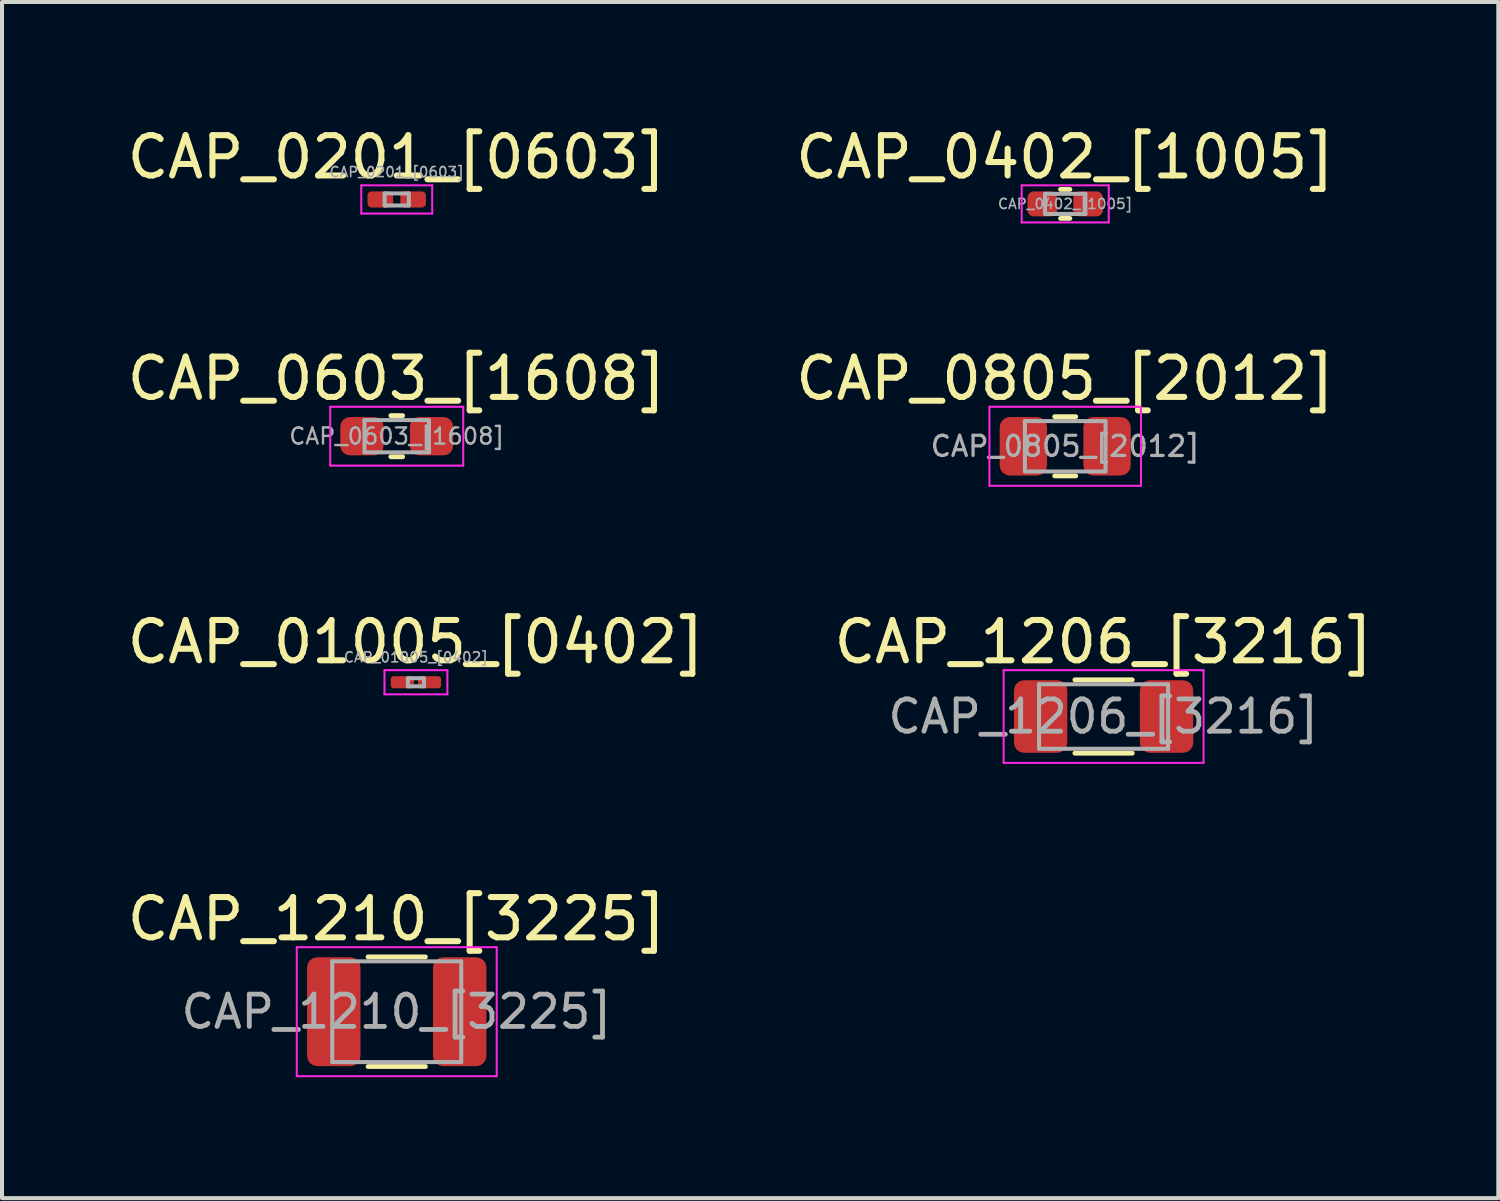
<source format=kicad_pcb>
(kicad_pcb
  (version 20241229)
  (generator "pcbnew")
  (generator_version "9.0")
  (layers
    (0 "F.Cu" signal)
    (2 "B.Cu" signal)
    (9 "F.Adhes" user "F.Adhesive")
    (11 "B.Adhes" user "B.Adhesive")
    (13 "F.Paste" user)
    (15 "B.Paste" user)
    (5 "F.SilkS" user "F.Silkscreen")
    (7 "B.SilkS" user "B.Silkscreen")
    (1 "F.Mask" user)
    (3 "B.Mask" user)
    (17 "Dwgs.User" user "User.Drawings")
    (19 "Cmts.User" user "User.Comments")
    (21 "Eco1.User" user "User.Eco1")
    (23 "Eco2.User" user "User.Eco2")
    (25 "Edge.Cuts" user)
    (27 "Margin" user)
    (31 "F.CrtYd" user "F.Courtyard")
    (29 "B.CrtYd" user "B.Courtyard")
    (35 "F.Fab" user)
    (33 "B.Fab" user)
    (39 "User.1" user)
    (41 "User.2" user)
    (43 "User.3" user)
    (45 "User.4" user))
  (footprint "CAP_0201_[0603]"
    (layer "F.Cu")
    (at 6.792 1.898)
    (property "Reference" "CAP_0201_[0603]" (at 0 -1.05 0) (layer "F.SilkS") (effects (font (size 1 1) (thickness 0.15))))
    (attr smd)
    (fp_line (start -0.88 -0.35) (end 0.88 -0.35) (stroke (width 0.05) (type solid)) (layer "F.CrtYd"))
    (fp_line (start -0.88 0.35) (end -0.88 -0.35) (stroke (width 0.05) (type solid)) (layer "F.CrtYd"))
    (fp_line (start 0.88 -0.35) (end 0.88 0.35) (stroke (width 0.05) (type solid)) (layer "F.CrtYd"))
    (fp_line (start 0.88 0.35) (end -0.88 0.35) (stroke (width 0.05) (type solid)) (layer "F.CrtYd"))
    (fp_line (start -0.3 -0.15) (end 0.3 -0.15) (stroke (width 0.1) (type solid)) (layer "F.Fab"))
    (fp_line (start -0.3 0.15) (end -0.3 -0.15) (stroke (width 0.1) (type solid)) (layer "F.Fab"))
    (fp_line (start 0.3 -0.15) (end 0.3 0.15) (stroke (width 0.1) (type solid)) (layer "F.Fab"))
    (fp_line (start 0.3 0.15) (end -0.3 0.15) (stroke (width 0.1) (type solid)) (layer "F.Fab"))
    (fp_text user "${REFERENCE}" (at 0 -0.68 0) (layer "F.Fab") (effects (font (size 0.25 0.25) (thickness 0.04))))
    (pad "" smd roundrect (at -0.432 0) (size 0.458 0.36) (layers "F.Paste") (roundrect_rratio 0.25))
    (pad "" smd roundrect (at 0.432 0) (size 0.458 0.36) (layers "F.Paste") (roundrect_rratio 0.25))
    (pad "1" smd roundrect (at -0.407 0) (size 0.635 0.4) (layers "F.Cu" "F.Mask") (roundrect_rratio 0.25))
    (pad "2" smd roundrect (at 0.407 0) (size 0.635 0.4) (layers "F.Cu" "F.Mask") (roundrect_rratio 0.25)))
  (footprint "CAP_01005_[0402]"
    (layer "F.Cu")
    (at 7.268 13.875)
    (property "Reference" "CAP_01005_[0402]" (at 0 -1 0) (layer "F.SilkS") (effects (font (size 1 1) (thickness 0.15))))
    (attr smd)
    (fp_line (start -0.78 -0.3) (end 0.78 -0.3) (stroke (width 0.05) (type solid)) (layer "F.CrtYd"))
    (fp_line (start -0.78 0.3) (end -0.78 -0.3) (stroke (width 0.05) (type solid)) (layer "F.CrtYd"))
    (fp_line (start 0.78 -0.3) (end 0.78 0.3) (stroke (width 0.05) (type solid)) (layer "F.CrtYd"))
    (fp_line (start 0.78 0.3) (end -0.78 0.3) (stroke (width 0.05) (type solid)) (layer "F.CrtYd"))
    (fp_line (start -0.2 -0.1) (end 0.2 -0.1) (stroke (width 0.1) (type solid)) (layer "F.Fab"))
    (fp_line (start -0.2 0.1) (end -0.2 -0.1) (stroke (width 0.1) (type solid)) (layer "F.Fab"))
    (fp_line (start 0.2 -0.1) (end 0.2 0.1) (stroke (width 0.1) (type solid)) (layer "F.Fab"))
    (fp_line (start 0.2 0.1) (end -0.2 0.1) (stroke (width 0.1) (type solid)) (layer "F.Fab"))
    (fp_text user "${REFERENCE}" (at 0 -0.62 0) (layer "F.Fab") (effects (font (size 0.25 0.25) (thickness 0.04))))
    (pad "" smd roundrect (at -0.362 0) (size 0.41 0.27) (layers "F.Paste") (roundrect_rratio 0.25))
    (pad "" smd roundrect (at 0.362 0) (size 0.41 0.27) (layers "F.Paste") (roundrect_rratio 0.25))
    (pad "1" smd roundrect (at -0.338 0) (size 0.575 0.3) (layers "F.Cu" "F.Mask") (roundrect_rratio 0.25))
    (pad "2" smd roundrect (at 0.338 0) (size 0.575 0.3) (layers "F.Cu" "F.Mask") (roundrect_rratio 0.25)))
  (footprint "CAP_0402_[1005]"
    (layer "F.Cu")
    (at 23.375 2.008)
    (property "Reference" "CAP_0402_[1005]" (at 0 -1.16 0) (layer "F.SilkS") (effects (font (size 1 1) (thickness 0.15))))
    (attr smd)
    (fp_line (start -0.116 -0.36) (end 0.116 -0.36) (stroke (width 0.12) (type solid)) (layer "F.SilkS"))
    (fp_line (start -0.116 0.36) (end 0.116 0.36) (stroke (width 0.12) (type solid)) (layer "F.SilkS"))
    (fp_line (start -1.08 -0.46) (end 1.08 -0.46) (stroke (width 0.05) (type solid)) (layer "F.CrtYd"))
    (fp_line (start -1.08 0.46) (end -1.08 -0.46) (stroke (width 0.05) (type solid)) (layer "F.CrtYd"))
    (fp_line (start 1.08 -0.46) (end 1.08 0.46) (stroke (width 0.05) (type solid)) (layer "F.CrtYd"))
    (fp_line (start 1.08 0.46) (end -1.08 0.46) (stroke (width 0.05) (type solid)) (layer "F.CrtYd"))
    (fp_line (start -0.5 -0.25) (end 0.5 -0.25) (stroke (width 0.1) (type solid)) (layer "F.Fab"))
    (fp_line (start -0.5 0.25) (end -0.5 -0.25) (stroke (width 0.1) (type solid)) (layer "F.Fab"))
    (fp_line (start 0.5 -0.25) (end 0.5 0.25) (stroke (width 0.1) (type solid)) (layer "F.Fab"))
    (fp_line (start 0.5 0.25) (end -0.5 0.25) (stroke (width 0.1) (type solid)) (layer "F.Fab"))
    (fp_text user "${REFERENCE}" (at 0 0 0) (layer "F.Fab") (effects (font (size 0.25 0.25) (thickness 0.04))))
    (pad "1" smd roundrect (at -0.568 0) (size 0.735 0.62) (layers "F.Cu" "F.Mask" "F.Paste") (roundrect_rratio 0.25))
    (pad "2" smd roundrect (at 0.568 0) (size 0.735 0.62) (layers "F.Cu" "F.Mask" "F.Paste") (roundrect_rratio 0.25)))
  (footprint "CAP_1210_[3225]"
    (layer "F.Cu")
    (at 6.792 22.048)
    (property "Reference" "CAP_1210_[3225]" (at 0 -2.3 0) (layer "F.SilkS") (effects (font (size 1 1) (thickness 0.15))))
    (attr smd)
    (fp_line (start -0.711 -1.36) (end 0.711 -1.36) (stroke (width 0.12) (type solid)) (layer "F.SilkS"))
    (fp_line (start -0.711 1.36) (end 0.711 1.36) (stroke (width 0.12) (type solid)) (layer "F.SilkS"))
    (fp_line (start -2.48 -1.6) (end 2.48 -1.6) (stroke (width 0.05) (type solid)) (layer "F.CrtYd"))
    (fp_line (start -2.48 1.6) (end -2.48 -1.6) (stroke (width 0.05) (type solid)) (layer "F.CrtYd"))
    (fp_line (start 2.48 -1.6) (end 2.48 1.6) (stroke (width 0.05) (type solid)) (layer "F.CrtYd"))
    (fp_line (start 2.48 1.6) (end -2.48 1.6) (stroke (width 0.05) (type solid)) (layer "F.CrtYd"))
    (fp_line (start -1.6 -1.25) (end 1.6 -1.25) (stroke (width 0.1) (type solid)) (layer "F.Fab"))
    (fp_line (start -1.6 1.25) (end -1.6 -1.25) (stroke (width 0.1) (type solid)) (layer "F.Fab"))
    (fp_line (start 1.6 -1.25) (end 1.6 1.25) (stroke (width 0.1) (type solid)) (layer "F.Fab"))
    (fp_line (start 1.6 1.25) (end -1.6 1.25) (stroke (width 0.1) (type solid)) (layer "F.Fab"))
    (fp_text user "${REFERENCE}" (at 0 0 0) (layer "F.Fab") (effects (font (size 0.8 0.8) (thickness 0.12))))
    (pad "1" smd roundrect (at -1.562 0) (size 1.325 2.7) (layers "F.Cu" "F.Mask" "F.Paste") (roundrect_rratio 0.189))
    (pad "2" smd roundrect (at 1.562 0) (size 1.325 2.7) (layers "F.Cu" "F.Mask" "F.Paste") (roundrect_rratio 0.189)))
  (footprint "CAP_0603_[1608]"
    (layer "F.Cu")
    (at 6.792 7.771)
    (property "Reference" "CAP_0603_[1608]" (at 0 -1.43 0) (layer "F.SilkS") (effects (font (size 1 1) (thickness 0.15))))
    (attr smd)
    (fp_line (start -0.146 -0.51) (end 0.146 -0.51) (stroke (width 0.12) (type solid)) (layer "F.SilkS"))
    (fp_line (start -0.146 0.51) (end 0.146 0.51) (stroke (width 0.12) (type solid)) (layer "F.SilkS"))
    (fp_line (start -1.65 -0.73) (end 1.65 -0.73) (stroke (width 0.05) (type solid)) (layer "F.CrtYd"))
    (fp_line (start -1.65 0.73) (end -1.65 -0.73) (stroke (width 0.05) (type solid)) (layer "F.CrtYd"))
    (fp_line (start 1.65 -0.73) (end 1.65 0.73) (stroke (width 0.05) (type solid)) (layer "F.CrtYd"))
    (fp_line (start 1.65 0.73) (end -1.65 0.73) (stroke (width 0.05) (type solid)) (layer "F.CrtYd"))
    (fp_line (start -0.8 -0.4) (end 0.8 -0.4) (stroke (width 0.1) (type solid)) (layer "F.Fab"))
    (fp_line (start -0.8 0.4) (end -0.8 -0.4) (stroke (width 0.1) (type solid)) (layer "F.Fab"))
    (fp_line (start 0.8 -0.4) (end 0.8 0.4) (stroke (width 0.1) (type solid)) (layer "F.Fab"))
    (fp_line (start 0.8 0.4) (end -0.8 0.4) (stroke (width 0.1) (type solid)) (layer "F.Fab"))
    (fp_text user "${REFERENCE}" (at 0 0 0) (layer "F.Fab") (effects (font (size 0.4 0.4) (thickness 0.06))))
    (pad "1" smd roundrect (at -0.863 0) (size 1.075 0.95) (layers "F.Cu" "F.Mask" "F.Paste") (roundrect_rratio 0.25))
    (pad "2" smd roundrect (at 0.863 0) (size 1.075 0.95) (layers "F.Cu" "F.Mask" "F.Paste") (roundrect_rratio 0.25)))
  (footprint "CAP_1206_[3216]"
    (layer "F.Cu")
    (at 24.327 14.725)
    (property "Reference" "CAP_1206_[3216]" (at 0 -1.85 0) (layer "F.SilkS") (effects (font (size 1 1) (thickness 0.15))))
    (attr smd)
    (fp_line (start -0.711 -0.91) (end 0.711 -0.91) (stroke (width 0.12) (type solid)) (layer "F.SilkS"))
    (fp_line (start -0.711 0.91) (end 0.711 0.91) (stroke (width 0.12) (type solid)) (layer "F.SilkS"))
    (fp_line (start -2.48 -1.15) (end 2.48 -1.15) (stroke (width 0.05) (type solid)) (layer "F.CrtYd"))
    (fp_line (start -2.48 1.15) (end -2.48 -1.15) (stroke (width 0.05) (type solid)) (layer "F.CrtYd"))
    (fp_line (start 2.48 -1.15) (end 2.48 1.15) (stroke (width 0.05) (type solid)) (layer "F.CrtYd"))
    (fp_line (start 2.48 1.15) (end -2.48 1.15) (stroke (width 0.05) (type solid)) (layer "F.CrtYd"))
    (fp_line (start -1.6 -0.8) (end 1.6 -0.8) (stroke (width 0.1) (type solid)) (layer "F.Fab"))
    (fp_line (start -1.6 0.8) (end -1.6 -0.8) (stroke (width 0.1) (type solid)) (layer "F.Fab"))
    (fp_line (start 1.6 -0.8) (end 1.6 0.8) (stroke (width 0.1) (type solid)) (layer "F.Fab"))
    (fp_line (start 1.6 0.8) (end -1.6 0.8) (stroke (width 0.1) (type solid)) (layer "F.Fab"))
    (fp_text user "${REFERENCE}" (at 0 0 0) (layer "F.Fab") (effects (font (size 0.8 0.8) (thickness 0.12))))
    (pad "1" smd roundrect (at -1.562 0) (size 1.325 1.8) (layers "F.Cu" "F.Mask" "F.Paste") (roundrect_rratio 0.189))
    (pad "2" smd roundrect (at 1.562 0) (size 1.325 1.8) (layers "F.Cu" "F.Mask" "F.Paste") (roundrect_rratio 0.189)))
  (footprint "CAP_0805_[2012]"
    (layer "F.Cu")
    (at 23.375 8.021)
    (property "Reference" "CAP_0805_[2012]" (at 0 -1.68 0) (layer "F.SilkS") (effects (font (size 1 1) (thickness 0.15))))
    (attr smd)
    (fp_line (start -0.261 -0.735) (end 0.261 -0.735) (stroke (width 0.12) (type solid)) (layer "F.SilkS"))
    (fp_line (start -0.261 0.735) (end 0.261 0.735) (stroke (width 0.12) (type solid)) (layer "F.SilkS"))
    (fp_line (start -1.88 -0.98) (end 1.88 -0.98) (stroke (width 0.05) (type solid)) (layer "F.CrtYd"))
    (fp_line (start -1.88 0.98) (end -1.88 -0.98) (stroke (width 0.05) (type solid)) (layer "F.CrtYd"))
    (fp_line (start 1.88 -0.98) (end 1.88 0.98) (stroke (width 0.05) (type solid)) (layer "F.CrtYd"))
    (fp_line (start 1.88 0.98) (end -1.88 0.98) (stroke (width 0.05) (type solid)) (layer "F.CrtYd"))
    (fp_line (start -1 -0.625) (end 1 -0.625) (stroke (width 0.1) (type solid)) (layer "F.Fab"))
    (fp_line (start -1 0.625) (end -1 -0.625) (stroke (width 0.1) (type solid)) (layer "F.Fab"))
    (fp_line (start 1 -0.625) (end 1 0.625) (stroke (width 0.1) (type solid)) (layer "F.Fab"))
    (fp_line (start 1 0.625) (end -1 0.625) (stroke (width 0.1) (type solid)) (layer "F.Fab"))
    (fp_text user "${REFERENCE}" (at 0 0 0) (layer "F.Fab") (effects (font (size 0.5 0.5) (thickness 0.08))))
    (pad "1" smd roundrect (at -1.038 0) (size 1.175 1.45) (layers "F.Cu" "F.Mask" "F.Paste") (roundrect_rratio 0.213))
    (pad "2" smd roundrect (at 1.038 0) (size 1.175 1.45) (layers "F.Cu" "F.Mask" "F.Paste") (roundrect_rratio 0.213)))
  (gr_rect
    (start -3 -3)
    (end 34.119 26.673)
    (stroke (width 0.1) (type default))
    (fill no)
    (layer "Edge.Cuts")))
</source>
